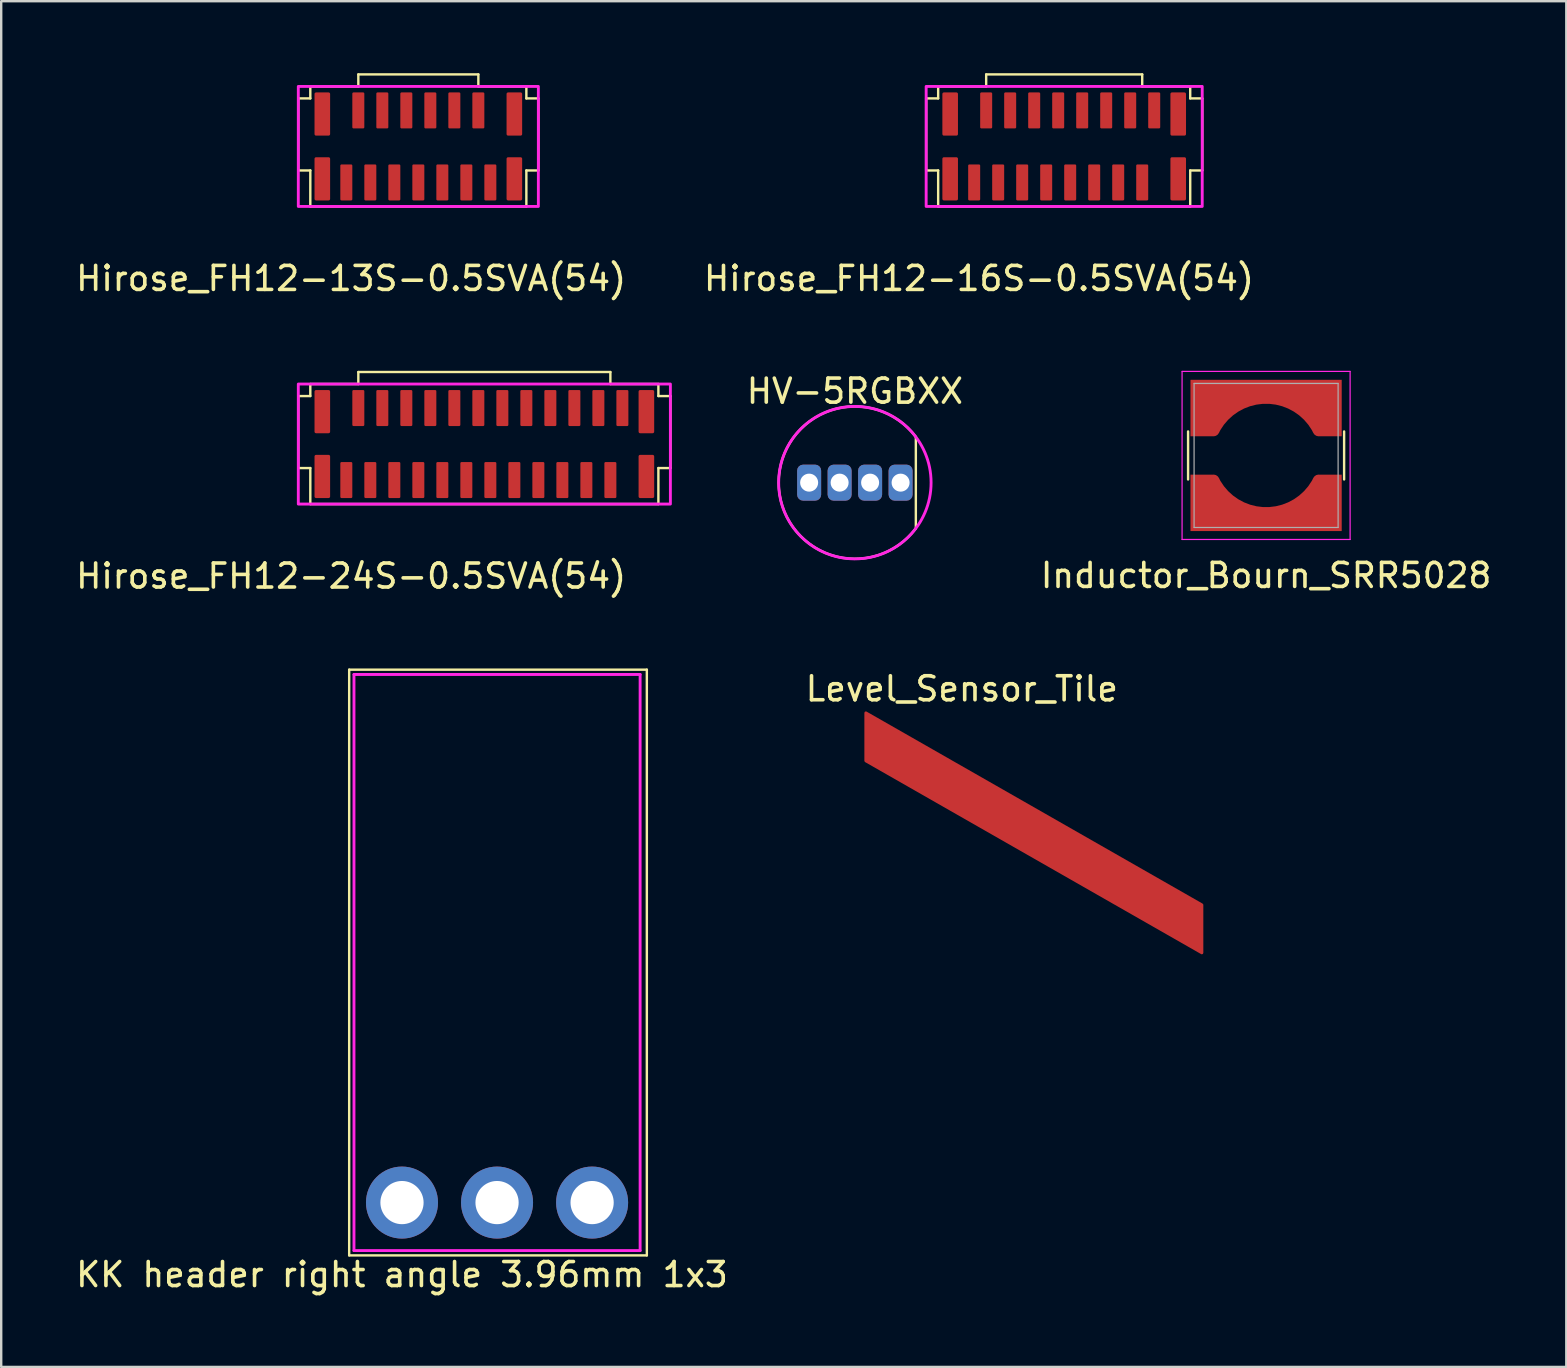
<source format=kicad_pcb>
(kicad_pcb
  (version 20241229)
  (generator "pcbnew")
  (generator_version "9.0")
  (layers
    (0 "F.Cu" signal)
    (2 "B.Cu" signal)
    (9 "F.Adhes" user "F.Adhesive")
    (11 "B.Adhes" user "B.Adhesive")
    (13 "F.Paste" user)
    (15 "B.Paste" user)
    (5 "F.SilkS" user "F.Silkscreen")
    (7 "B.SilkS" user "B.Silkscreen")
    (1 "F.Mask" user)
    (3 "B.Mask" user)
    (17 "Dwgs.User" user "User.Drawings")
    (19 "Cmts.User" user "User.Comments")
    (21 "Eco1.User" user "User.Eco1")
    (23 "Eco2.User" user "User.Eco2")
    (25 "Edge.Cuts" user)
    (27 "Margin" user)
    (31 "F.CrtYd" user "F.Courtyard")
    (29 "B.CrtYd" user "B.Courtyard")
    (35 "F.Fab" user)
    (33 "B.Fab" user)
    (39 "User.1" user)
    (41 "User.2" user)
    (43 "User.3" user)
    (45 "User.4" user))
  (footprint "Hirose_FH12-16S-0.5SVA(54)"
    (layer "F.Cu")
    (at 37.532 4.55)
    (property "Reference" "Hirose_FH12-16S-0.5SVA(54)" (at 0.2 4 0) (unlocked yes) (layer "F.SilkS") (effects (font (size 1 1) (thickness 0.15))))
    (fp_line (start -2 -3.5) (end -2 -0.5) (stroke (width 0.1) (type solid)) (layer "F.SilkS"))
    (fp_line (start -1.5 -4) (end -1.5 -3.5) (stroke (width 0.1) (type solid)) (layer "F.SilkS"))
    (fp_line (start -1.5 -3.5) (end -2 -3.5) (stroke (width 0.1) (type solid)) (layer "F.SilkS"))
    (fp_line (start -1.5 -0.5) (end -2 -0.5) (stroke (width 0.1) (type solid)) (layer "F.SilkS"))
    (fp_line (start -1.5 1) (end -1.5 -0.5) (stroke (width 0.1) (type solid)) (layer "F.SilkS"))
    (fp_line (start -1.5 1) (end 9 1) (stroke (width 0.1) (type solid)) (layer "F.SilkS"))
    (fp_line (start 0.5 -4.5) (end 7 -4.5) (stroke (width 0.1) (type solid)) (layer "F.SilkS"))
    (fp_line (start 0.5 -4) (end -1.5 -4) (stroke (width 0.1) (type solid)) (layer "F.SilkS"))
    (fp_line (start 0.5 -4) (end 0.5 -4.5) (stroke (width 0.1) (type solid)) (layer "F.SilkS"))
    (fp_line (start 7 -4.5) (end 7 -4) (stroke (width 0.1) (type solid)) (layer "F.SilkS"))
    (fp_line (start 7 -4) (end 9 -4) (stroke (width 0.1) (type solid)) (layer "F.SilkS"))
    (fp_line (start 9 -3.5) (end 9 -4) (stroke (width 0.1) (type solid)) (layer "F.SilkS"))
    (fp_line (start 9 -0.5) (end 9.5 -0.5) (stroke (width 0.1) (type solid)) (layer "F.SilkS"))
    (fp_line (start 9 1) (end 9 -0.5) (stroke (width 0.1) (type solid)) (layer "F.SilkS"))
    (fp_line (start 9.5 -3.5) (end 9 -3.5) (stroke (width 0.1) (type solid)) (layer "F.SilkS"))
    (fp_line (start 9.5 -0.5) (end 9.5 -3.5) (stroke (width 0.1) (type solid)) (layer "F.SilkS"))
    (fp_rect (start -2 -4) (end 9.5 1) (stroke (width 0.12) (type solid)) (fill no) (layer "F.CrtYd"))
    (pad "" smd roundrect (at -1 -2.85) (size 0.65 1.8) (layers "F.Cu" "F.Mask" "F.Paste") (roundrect_rratio 0.1))
    (pad "" smd roundrect (at -1 -0.15) (size 0.65 1.8) (layers "F.Cu" "F.Mask" "F.Paste") (roundrect_rratio 0.1))
    (pad "" smd roundrect (at 8.5 -2.85) (size 0.65 1.8) (layers "F.Cu" "F.Mask" "F.Paste") (roundrect_rratio 0.1))
    (pad "" smd roundrect (at 8.5 -0.15) (size 0.65 1.8) (layers "F.Cu" "F.Mask" "F.Paste") (roundrect_rratio 0.1))
    (pad "1" smd roundrect (at 0 0) (size 0.5 1.5) (layers "F.Cu" "F.Mask" "F.Paste") (roundrect_rratio 0.1))
    (pad "2" smd roundrect (at 0.5 -3) (size 0.5 1.5) (layers "F.Cu" "F.Mask" "F.Paste") (roundrect_rratio 0.1))
    (pad "3" smd roundrect (at 1 0) (size 0.5 1.5) (layers "F.Cu" "F.Mask" "F.Paste") (roundrect_rratio 0.1))
    (pad "4" smd roundrect (at 1.5 -3) (size 0.5 1.5) (layers "F.Cu" "F.Mask" "F.Paste") (roundrect_rratio 0.1))
    (pad "5" smd roundrect (at 2 0) (size 0.5 1.5) (layers "F.Cu" "F.Mask" "F.Paste") (roundrect_rratio 0.1))
    (pad "6" smd roundrect (at 2.5 -3) (size 0.5 1.5) (layers "F.Cu" "F.Mask" "F.Paste") (roundrect_rratio 0.1))
    (pad "7" smd roundrect (at 3 0) (size 0.5 1.5) (layers "F.Cu" "F.Mask" "F.Paste") (roundrect_rratio 0.1))
    (pad "8" smd roundrect (at 3.5 -3) (size 0.5 1.5) (layers "F.Cu" "F.Mask" "F.Paste") (roundrect_rratio 0.1))
    (pad "9" smd roundrect (at 4 0) (size 0.5 1.5) (layers "F.Cu" "F.Mask" "F.Paste") (roundrect_rratio 0.1))
    (pad "10" smd roundrect (at 4.5 -3) (size 0.5 1.5) (layers "F.Cu" "F.Mask" "F.Paste") (roundrect_rratio 0.1))
    (pad "11" smd roundrect (at 5 0) (size 0.5 1.5) (layers "F.Cu" "F.Mask" "F.Paste") (roundrect_rratio 0.1))
    (pad "12" smd roundrect (at 5.5 -3) (size 0.5 1.5) (layers "F.Cu" "F.Mask" "F.Paste") (roundrect_rratio 0.1))
    (pad "13" smd roundrect (at 6 0) (size 0.5 1.5) (layers "F.Cu" "F.Mask" "F.Paste") (roundrect_rratio 0.1))
    (pad "14" smd roundrect (at 6.5 -3) (size 0.5 1.5) (layers "F.Cu" "F.Mask" "F.Paste") (roundrect_rratio 0.1))
    (pad "15" smd roundrect (at 7 0) (size 0.5 1.5) (layers "F.Cu" "F.Mask" "F.Paste") (roundrect_rratio 0.1))
    (pad "16" smd roundrect (at 7.5 -3) (size 0.5 1.5) (layers "F.Cu" "F.Mask" "F.Paste") (roundrect_rratio 0.1)))
  (footprint "Inductor_Bourn_SRR5028"
    (layer "F.Cu")
    (at 49.693 15.923)
    (property "Reference" "Inductor_Bourn_SRR5028" (at 0 5 0) (layer "F.SilkS") (effects (font (size 1 1) (thickness 0.15))))
    (attr through_hole)
    (fp_line (start -3.25 -1) (end -3.25 1) (stroke (width 0.1) (type solid)) (layer "F.SilkS"))
    (fp_line (start 3.25 -1) (end 3.25 1) (stroke (width 0.1) (type solid)) (layer "F.SilkS"))
    (fp_line (start -3.5 -3.5) (end 3.5 -3.5) (stroke (width 0.05) (type solid)) (layer "F.CrtYd"))
    (fp_line (start -3.5 3.5) (end -3.5 -3.5) (stroke (width 0.05) (type solid)) (layer "F.CrtYd"))
    (fp_line (start 3.5 -3.5) (end 3.5 3.5) (stroke (width 0.05) (type solid)) (layer "F.CrtYd"))
    (fp_line (start 3.5 3.5) (end -3.5 3.5) (stroke (width 0.05) (type solid)) (layer "F.CrtYd"))
    (fp_line (start -3 -3) (end 3 -3) (stroke (width 0.05) (type solid)) (layer "F.Fab"))
    (fp_line (start -3 3) (end -3 -3) (stroke (width 0.05) (type solid)) (layer "F.Fab"))
    (fp_line (start 3 -3) (end 3 3) (stroke (width 0.05) (type solid)) (layer "F.Fab"))
    (fp_line (start 3 3) (end -3 3) (stroke (width 0.05) (type solid)) (layer "F.Fab"))
    (pad "1" smd custom (at 0 -2.65) (size 1 1) (layers "F.Cu" "F.Mask" "F.Paste") (options (anchor rect)) (primitives (gr_poly (pts (xy -2.2 1.85) (xy -2 1.15) (xy -1.5 0.65) (xy -1 0.55) (xy 0 0.45) (xy 1 0.55) (xy 1.5 0.65) (xy 2 1.15) (xy 2.2 1.85) (xy 3.15 1.85) (xy 3.15 -0.5) (xy -3.15 -0.5) (xy -3.15 1.85)) (width 0) (fill yes)) (gr_arc (start 0 0.25) (mid 1.287405 0.615513) (end 2.190678 1.60299) (width 0.5)) (gr_arc (start -2.190678 1.60299) (mid -1.287406 0.615513) (end 0 0.25) (width 0.5))))
    (pad "2" smd custom (at 0 2.65 180) (size 1 1) (layers "F.Cu" "F.Mask" "F.Paste") (options (anchor rect)) (primitives (gr_poly (pts (xy -2.2 1.85) (xy -2 1.15) (xy -1.5 0.65) (xy -1 0.55) (xy 0 0.45) (xy 1 0.55) (xy 1.5 0.65) (xy 2 1.15) (xy 2.2 1.85) (xy 3.15 1.85) (xy 3.15 -0.5) (xy -3.15 -0.5) (xy -3.15 1.85)) (width 0) (fill yes)) (gr_arc (start 0 0.25) (mid 1.287405 0.615513) (end 2.190678 1.60299) (width 0.5)) (gr_arc (start -2.190678 1.60299) (mid -1.287406 0.615513) (end 0 0.25) (width 0.5)))))
  (footprint "Level_Sensor_Tile"
    (layer "F.Cu")
    (at 34.018 27.645)
    (property "Reference" "Level_Sensor_Tile" (at 3 -2 0) (unlocked yes) (layer "F.SilkS") (effects (font (size 1 1) (thickness 0.15))))
    (pad "1" smd custom (at 0 0) (size 0.2 0.2) (layers "F.Cu") (options (anchor rect)) (primitives (gr_poly (pts (xy -1 -1) (xy 13 7) (xy 13 9) (xy -1 1)) (width 0.12) (fill yes)))))
  (footprint "Hirose_FH12-24S-0.5SVA(54)"
    (layer "F.Cu")
    (at 11.377 16.948)
    (property "Reference" "Hirose_FH12-24S-0.5SVA(54)" (at 0.2 4 0) (unlocked yes) (layer "F.SilkS") (effects (font (size 1 1) (thickness 0.15))))
    (fp_line (start -2 -3.5) (end -2 -0.5) (stroke (width 0.1) (type solid)) (layer "F.SilkS"))
    (fp_line (start -1.5 -4) (end -1.5 -3.5) (stroke (width 0.1) (type solid)) (layer "F.SilkS"))
    (fp_line (start -1.5 -3.5) (end -2 -3.5) (stroke (width 0.1) (type solid)) (layer "F.SilkS"))
    (fp_line (start -1.5 -0.5) (end -2 -0.5) (stroke (width 0.1) (type solid)) (layer "F.SilkS"))
    (fp_line (start -1.5 1) (end -1.5 -0.5) (stroke (width 0.1) (type solid)) (layer "F.SilkS"))
    (fp_line (start -1.5 1) (end 13 1) (stroke (width 0.1) (type solid)) (layer "F.SilkS"))
    (fp_line (start 0.5 -4.5) (end 11 -4.5) (stroke (width 0.1) (type solid)) (layer "F.SilkS"))
    (fp_line (start 0.5 -4) (end -1.5 -4) (stroke (width 0.1) (type solid)) (layer "F.SilkS"))
    (fp_line (start 0.5 -4) (end 0.5 -4.5) (stroke (width 0.1) (type solid)) (layer "F.SilkS"))
    (fp_line (start 11 -4.5) (end 11 -4) (stroke (width 0.1) (type solid)) (layer "F.SilkS"))
    (fp_line (start 11 -4) (end 13 -4) (stroke (width 0.1) (type solid)) (layer "F.SilkS"))
    (fp_line (start 13 -3.5) (end 13 -4) (stroke (width 0.1) (type solid)) (layer "F.SilkS"))
    (fp_line (start 13 -0.5) (end 13.5 -0.5) (stroke (width 0.1) (type solid)) (layer "F.SilkS"))
    (fp_line (start 13 1) (end 13 -0.5) (stroke (width 0.1) (type solid)) (layer "F.SilkS"))
    (fp_line (start 13.5 -3.5) (end 13 -3.5) (stroke (width 0.1) (type solid)) (layer "F.SilkS"))
    (fp_line (start 13.5 -0.5) (end 13.5 -3.5) (stroke (width 0.1) (type solid)) (layer "F.SilkS"))
    (fp_rect (start -2 -4) (end 13.5 1) (stroke (width 0.12) (type solid)) (fill no) (layer "F.CrtYd"))
    (pad "" smd roundrect (at -1 -2.85) (size 0.65 1.8) (layers "F.Cu" "F.Mask" "F.Paste") (roundrect_rratio 0.1))
    (pad "" smd roundrect (at -1 -0.15) (size 0.65 1.8) (layers "F.Cu" "F.Mask" "F.Paste") (roundrect_rratio 0.1))
    (pad "" smd roundrect (at 12.5 -2.85) (size 0.65 1.8) (layers "F.Cu" "F.Mask" "F.Paste") (roundrect_rratio 0.1))
    (pad "" smd roundrect (at 12.5 -0.15) (size 0.65 1.8) (layers "F.Cu" "F.Mask" "F.Paste") (roundrect_rratio 0.1))
    (pad "1" smd roundrect (at 0 0) (size 0.5 1.5) (layers "F.Cu" "F.Mask" "F.Paste") (roundrect_rratio 0.1))
    (pad "2" smd roundrect (at 0.5 -3) (size 0.5 1.5) (layers "F.Cu" "F.Mask" "F.Paste") (roundrect_rratio 0.1))
    (pad "3" smd roundrect (at 1 0) (size 0.5 1.5) (layers "F.Cu" "F.Mask" "F.Paste") (roundrect_rratio 0.1))
    (pad "4" smd roundrect (at 1.5 -3) (size 0.5 1.5) (layers "F.Cu" "F.Mask" "F.Paste") (roundrect_rratio 0.1))
    (pad "5" smd roundrect (at 2 0) (size 0.5 1.5) (layers "F.Cu" "F.Mask" "F.Paste") (roundrect_rratio 0.1))
    (pad "6" smd roundrect (at 2.5 -3) (size 0.5 1.5) (layers "F.Cu" "F.Mask" "F.Paste") (roundrect_rratio 0.1))
    (pad "7" smd roundrect (at 3 0) (size 0.5 1.5) (layers "F.Cu" "F.Mask" "F.Paste") (roundrect_rratio 0.1))
    (pad "8" smd roundrect (at 3.5 -3) (size 0.5 1.5) (layers "F.Cu" "F.Mask" "F.Paste") (roundrect_rratio 0.1))
    (pad "9" smd roundrect (at 4 0) (size 0.5 1.5) (layers "F.Cu" "F.Mask" "F.Paste") (roundrect_rratio 0.1))
    (pad "10" smd roundrect (at 4.5 -3) (size 0.5 1.5) (layers "F.Cu" "F.Mask" "F.Paste") (roundrect_rratio 0.1))
    (pad "11" smd roundrect (at 5 0) (size 0.5 1.5) (layers "F.Cu" "F.Mask" "F.Paste") (roundrect_rratio 0.1))
    (pad "12" smd roundrect (at 5.5 -3) (size 0.5 1.5) (layers "F.Cu" "F.Mask" "F.Paste") (roundrect_rratio 0.1))
    (pad "13" smd roundrect (at 6 0) (size 0.5 1.5) (layers "F.Cu" "F.Mask" "F.Paste") (roundrect_rratio 0.1))
    (pad "14" smd roundrect (at 6.5 -3) (size 0.5 1.5) (layers "F.Cu" "F.Mask" "F.Paste") (roundrect_rratio 0.1))
    (pad "15" smd roundrect (at 7 0) (size 0.5 1.5) (layers "F.Cu" "F.Mask" "F.Paste") (roundrect_rratio 0.1))
    (pad "16" smd roundrect (at 7.5 -3) (size 0.5 1.5) (layers "F.Cu" "F.Mask" "F.Paste") (roundrect_rratio 0.1))
    (pad "17" smd roundrect (at 8 0) (size 0.5 1.5) (layers "F.Cu" "F.Mask" "F.Paste") (roundrect_rratio 0.1))
    (pad "18" smd roundrect (at 8.5 -3) (size 0.5 1.5) (layers "F.Cu" "F.Mask" "F.Paste") (roundrect_rratio 0.1))
    (pad "19" smd roundrect (at 9 0) (size 0.5 1.5) (layers "F.Cu" "F.Mask" "F.Paste") (roundrect_rratio 0.1))
    (pad "20" smd roundrect (at 9.5 -3) (size 0.5 1.5) (layers "F.Cu" "F.Mask" "F.Paste") (roundrect_rratio 0.1))
    (pad "21" smd roundrect (at 10 0) (size 0.5 1.5) (layers "F.Cu" "F.Mask" "F.Paste") (roundrect_rratio 0.1))
    (pad "22" smd roundrect (at 10.5 -3) (size 0.5 1.5) (layers "F.Cu" "F.Mask" "F.Paste") (roundrect_rratio 0.1))
    (pad "23" smd roundrect (at 11 0) (size 0.5 1.5) (layers "F.Cu" "F.Mask" "F.Paste") (roundrect_rratio 0.1))
    (pad "24" smd roundrect (at 11.5 -3) (size 0.5 1.5) (layers "F.Cu" "F.Mask" "F.Paste") (roundrect_rratio 0.1)))
  (footprint "Hirose_FH12-13S-0.5SVA(54)"
    (layer "F.Cu")
    (at 11.377 4.55)
    (property "Reference" "Hirose_FH12-13S-0.5SVA(54)" (at 0.2 4 0) (unlocked yes) (layer "F.SilkS") (effects (font (size 1 1) (thickness 0.15))))
    (fp_line (start -2 -3.5) (end -2 -0.5) (stroke (width 0.1) (type solid)) (layer "F.SilkS"))
    (fp_line (start -1.5 -4) (end -1.5 -3.5) (stroke (width 0.1) (type solid)) (layer "F.SilkS"))
    (fp_line (start -1.5 -3.5) (end -2 -3.5) (stroke (width 0.1) (type solid)) (layer "F.SilkS"))
    (fp_line (start -1.5 -0.5) (end -2 -0.5) (stroke (width 0.1) (type solid)) (layer "F.SilkS"))
    (fp_line (start -1.5 1) (end -1.5 -0.5) (stroke (width 0.1) (type solid)) (layer "F.SilkS"))
    (fp_line (start -1.5 1) (end 7.5 1) (stroke (width 0.1) (type solid)) (layer "F.SilkS"))
    (fp_line (start 0.5 -4.5) (end 5.5 -4.5) (stroke (width 0.1) (type solid)) (layer "F.SilkS"))
    (fp_line (start 0.5 -4) (end -1.5 -4) (stroke (width 0.1) (type solid)) (layer "F.SilkS"))
    (fp_line (start 0.5 -4) (end 0.5 -4.5) (stroke (width 0.1) (type solid)) (layer "F.SilkS"))
    (fp_line (start 5.5 -4.5) (end 5.5 -4) (stroke (width 0.1) (type solid)) (layer "F.SilkS"))
    (fp_line (start 5.5 -4) (end 7.5 -4) (stroke (width 0.1) (type solid)) (layer "F.SilkS"))
    (fp_line (start 7.5 -3.5) (end 7.5 -4) (stroke (width 0.1) (type solid)) (layer "F.SilkS"))
    (fp_line (start 7.5 -0.5) (end 8 -0.5) (stroke (width 0.1) (type solid)) (layer "F.SilkS"))
    (fp_line (start 7.5 1) (end 7.5 -0.5) (stroke (width 0.1) (type solid)) (layer "F.SilkS"))
    (fp_line (start 8 -3.5) (end 7.5 -3.5) (stroke (width 0.1) (type solid)) (layer "F.SilkS"))
    (fp_line (start 8 -0.5) (end 8 -3.5) (stroke (width 0.1) (type solid)) (layer "F.SilkS"))
    (fp_rect (start -2 -4) (end 8 1) (stroke (width 0.12) (type solid)) (fill no) (layer "F.CrtYd"))
    (pad "" smd roundrect (at -1 -2.85) (size 0.65 1.8) (layers "F.Cu" "F.Mask" "F.Paste") (roundrect_rratio 0.1))
    (pad "" smd roundrect (at -1 -0.15) (size 0.65 1.8) (layers "F.Cu" "F.Mask" "F.Paste") (roundrect_rratio 0.1))
    (pad "" smd roundrect (at 7 -2.85) (size 0.65 1.8) (layers "F.Cu" "F.Mask" "F.Paste") (roundrect_rratio 0.1))
    (pad "" smd roundrect (at 7 -0.15) (size 0.65 1.8) (layers "F.Cu" "F.Mask" "F.Paste") (roundrect_rratio 0.1))
    (pad "1" smd roundrect (at 0 0) (size 0.5 1.5) (layers "F.Cu" "F.Mask" "F.Paste") (roundrect_rratio 0.1))
    (pad "2" smd roundrect (at 0.5 -3) (size 0.5 1.5) (layers "F.Cu" "F.Mask" "F.Paste") (roundrect_rratio 0.1))
    (pad "3" smd roundrect (at 1 0) (size 0.5 1.5) (layers "F.Cu" "F.Mask" "F.Paste") (roundrect_rratio 0.1))
    (pad "4" smd roundrect (at 1.5 -3) (size 0.5 1.5) (layers "F.Cu" "F.Mask" "F.Paste") (roundrect_rratio 0.1))
    (pad "5" smd roundrect (at 2 0) (size 0.5 1.5) (layers "F.Cu" "F.Mask" "F.Paste") (roundrect_rratio 0.1))
    (pad "6" smd roundrect (at 2.5 -3) (size 0.5 1.5) (layers "F.Cu" "F.Mask" "F.Paste") (roundrect_rratio 0.1))
    (pad "7" smd roundrect (at 3 0) (size 0.5 1.5) (layers "F.Cu" "F.Mask" "F.Paste") (roundrect_rratio 0.1))
    (pad "8" smd roundrect (at 3.5 -3) (size 0.5 1.5) (layers "F.Cu" "F.Mask" "F.Paste") (roundrect_rratio 0.1))
    (pad "9" smd roundrect (at 4 0) (size 0.5 1.5) (layers "F.Cu" "F.Mask" "F.Paste") (roundrect_rratio 0.1))
    (pad "10" smd roundrect (at 4.5 -3) (size 0.5 1.5) (layers "F.Cu" "F.Mask" "F.Paste") (roundrect_rratio 0.1))
    (pad "11" smd roundrect (at 5 0) (size 0.5 1.5) (layers "F.Cu" "F.Mask" "F.Paste") (roundrect_rratio 0.1))
    (pad "12" smd roundrect (at 5.5 -3) (size 0.5 1.5) (layers "F.Cu" "F.Mask" "F.Paste") (roundrect_rratio 0.1))
    (pad "13" smd roundrect (at 6 0) (size 0.5 1.5) (layers "F.Cu" "F.Mask" "F.Paste") (roundrect_rratio 0.1)))
  (footprint "HV-5RGBXX"
    (layer "F.Cu")
    (at 30.657 17.056)
    (property "Reference" "HV-5RGBXX" (at 1.905 -3.81 0) (layer "F.SilkS") (effects (font (size 1 1) (thickness 0.15))))
    (attr through_hole)
    (fp_line (start 4.445 -1.905) (end 4.445 1.905) (stroke (width 0.1) (type solid)) (layer "F.SilkS"))
    (fp_arc (start 4.445 1.905) (mid -1.27 0) (end 4.445 -1.905) (stroke (width 0.1) (type solid)) (layer "F.SilkS"))
    (fp_circle (center 1.905 0) (end 5.08 0) (stroke (width 0.12) (type solid)) (fill no) (layer "F.CrtYd"))
    (pad "1" thru_hole roundrect (at 2.54 0) (size 1 1.5) (drill 0.75) (layers "*.Cu" "*.Mask") (roundrect_rratio 0.25))
    (pad "2" thru_hole roundrect (at 1.27 0) (size 1 1.5) (drill 0.75) (layers "*.Cu" "*.Mask") (roundrect_rratio 0.25))
    (pad "3" thru_hole roundrect (at 3.81 0) (size 1 1.5) (drill 0.75) (layers "*.Cu" "*.Mask") (roundrect_rratio 0.25))
    (pad "4" thru_hole roundrect (at 0 0) (size 1 1.5) (drill 0.75) (layers "*.Cu" "*.Mask") (roundrect_rratio 0.25)))
  (footprint "KK header right angle 3.96mm 1x3"
    (layer "F.Cu")
    (at 13.696 47.047)
    (property "Reference" "KK header right angle 3.96mm 1x3" (at 0 3 0) (layer "F.SilkS") (effects (font (size 1 1) (thickness 0.15))))
    (attr through_hole)
    (fp_line (start -2.2 -22.2) (end -2.2 2.2) (stroke (width 0.1) (type solid)) (layer "F.SilkS"))
    (fp_line (start -2.2 2.2) (end 10.2 2.2) (stroke (width 0.1) (type solid)) (layer "F.SilkS"))
    (fp_line (start 10.2 -22.2) (end -2.2 -22.2) (stroke (width 0.1) (type solid)) (layer "F.SilkS"))
    (fp_line (start 10.2 2.2) (end 10.2 -22.2) (stroke (width 0.1) (type solid)) (layer "F.SilkS"))
    (fp_line (start -2 -22) (end 9.92 -22) (stroke (width 0.12) (type solid)) (layer "F.CrtYd"))
    (fp_line (start -2 2) (end -2 -22) (stroke (width 0.12) (type solid)) (layer "F.CrtYd"))
    (fp_line (start -2 2) (end 9.92 2) (stroke (width 0.12) (type solid)) (layer "F.CrtYd"))
    (fp_line (start 9.92 2) (end 9.92 -22) (stroke (width 0.12) (type solid)) (layer "F.CrtYd"))
    (pad "1" thru_hole circle (at 0 0) (size 3 3) (drill 1.8) (layers "*.Cu" "*.Mask"))
    (pad "2" thru_hole circle (at 3.96 0) (size 3 3) (drill 1.8) (layers "*.Cu" "*.Mask"))
    (pad "3" thru_hole circle (at 7.92 0) (size 3 3) (drill 1.8) (layers "*.Cu" "*.Mask")))
  (gr_rect
    (start -3 -3)
    (end 62.199 53.895)
    (stroke (width 0.1) (type default))
    (fill no)
    (layer "Edge.Cuts")))
</source>
